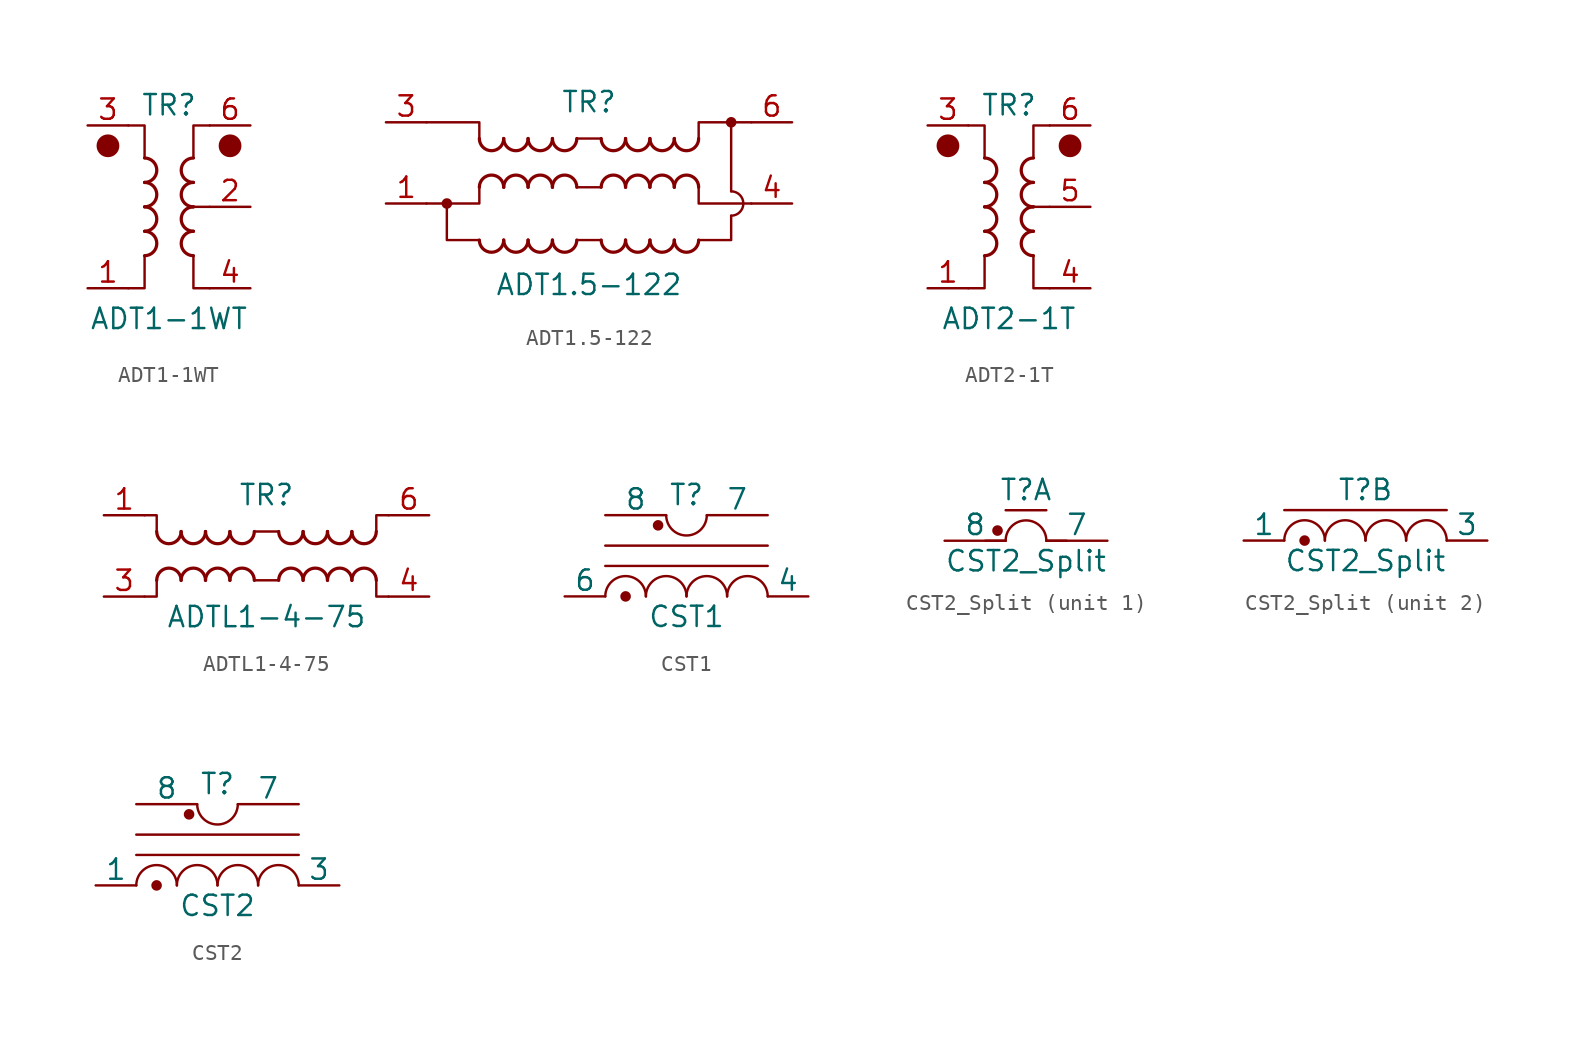
<source format=kicad_sym>
(kicad_symbol_lib
  (version 20231120)
  (generator "kicad_symbol_editor")
  (generator_version "8.0")
  (symbol "ADT1-1WT"
    (pin_names hide)
    (property "Reference" "TR"
      (at 0 6.35 0)
      (effects (font (size 1.27 1.27))))
    (property "Value" "ADT1-1WT"
      (at 0 -6.985 0)
      (effects (font (size 1.27 1.27))))
    (symbol "ADT1-1WT_0_1"
      (circle (center -3.81 3.81) (radius 0.635) (stroke (width 0) (type default)) (fill (type outline)))
      (arc (start -1.524 -3.048) (mid -0.7653 -2.286) (end -1.524 -1.524) (stroke (width 0.2032) (type default)) (fill (type none)))
      (arc (start -1.524 -1.524) (mid -0.7653 -0.762) (end -1.524 0) (stroke (width 0.2032) (type default)) (fill (type none)))
      (arc (start -1.524 0) (mid -0.7653 0.762) (end -1.524 1.524) (stroke (width 0.2032) (type default)) (fill (type none)))
      (arc (start -1.524 1.524) (mid -0.7653 2.286) (end -1.524 3.048) (stroke (width 0.2032) (type default)) (fill (type none)))
      (polyline (pts (xy 2.54 0) (xy 1.27 0)) (stroke (width 0.152) (type default)) (fill (type none)))
      (polyline (pts (xy -2.54 5.08) (xy -1.524 5.08) (xy -1.524 3.048)) (stroke (width 0.152) (type default)) (fill (type none)))
      (polyline (pts (xy -1.524 -3.048) (xy -1.524 -5.08) (xy -2.54 -5.08)) (stroke (width 0.152) (type default)) (fill (type none)))
      (polyline (pts (xy 1.524 3.048) (xy 1.524 5.08) (xy 2.54 5.08)) (stroke (width 0.152) (type default)) (fill (type none)))
      (polyline (pts (xy 2.54 -5.08) (xy 1.524 -5.08) (xy 1.524 -3.048)) (stroke (width 0.152) (type default)) (fill (type none)))
      (arc (start 1.524 -1.524) (mid 0.7653 -2.286) (end 1.524 -3.048) (stroke (width 0.2032) (type default)) (fill (type none)))
      (arc (start 1.524 0) (mid 0.7653 -0.762) (end 1.524 -1.524) (stroke (width 0.2032) (type default)) (fill (type none)))
      (arc (start 1.524 1.524) (mid 0.7653 0.762) (end 1.524 0) (stroke (width 0.2032) (type default)) (fill (type none)))
      (arc (start 1.524 3.048) (mid 0.7653 2.286) (end 1.524 1.524) (stroke (width 0.2032) (type default)) (fill (type none)))
      (circle (center 3.81 3.81) (radius 0.635) (stroke (width 0) (type default)) (fill (type outline))))
    (symbol "ADT1-1WT_1_1"
      (pin passive line (at -5.08 -5.08 0) (length 2.54) (name "~" (effects (font (size 1.27 1.27)))) (number "1" (effects (font (size 1.27 1.27)))))
      (pin passive line (at 5.08 0 180) (length 2.54) (name "~" (effects (font (size 1.27 1.27)))) (number "2" (effects (font (size 1.27 1.27)))))
      (pin passive line (at -5.08 5.08 0) (length 2.54) (name "~" (effects (font (size 1.27 1.27)))) (number "3" (effects (font (size 1.27 1.27)))))
      (pin passive line (at 5.08 -5.08 180) (length 2.54) (name "~" (effects (font (size 1.27 1.27)))) (number "4" (effects (font (size 1.27 1.27)))))
      (pin no_connect line (at -2.54 0 0) (length 2.54) hide (name "~" (effects (font (size 1.27 1.27)))) (number "5" (effects (font (size 1.27 1.27)))))
      (pin passive line (at 5.08 5.08 180) (length 2.54) (name "~" (effects (font (size 1.27 1.27)))) (number "6" (effects (font (size 1.27 1.27)))))))
  (symbol "ADT1.5-122"
    (pin_names hide)
    (property "Reference" "TR"
      (at 0 3.81 0)
      (effects (font (size 1.27 1.27))))
    (property "Value" "ADT1.5-122"
      (at 0 -7.62 0)
      (effects (font (size 1.27 1.27))))
    (symbol "ADT1.5-122_0_1"
      (circle (center -8.89 -2.54) (radius 0.254) (stroke (width 0) (type default)) (fill (type outline)))
      (arc (start -6.858 -4.826) (mid -6.096 -5.5847) (end -5.334 -4.826) (stroke (width 0.2032) (type default)) (fill (type none)))
      (arc (start -6.858 1.524) (mid -6.096 0.7653) (end -5.334 1.524) (stroke (width 0.2032) (type default)) (fill (type none)))
      (arc (start -5.334 -4.826) (mid -4.572 -5.5847) (end -3.81 -4.826) (stroke (width 0.2032) (type default)) (fill (type none)))
      (arc (start -5.334 -1.524) (mid -6.096 -0.7653) (end -6.858 -1.524) (stroke (width 0.2032) (type default)) (fill (type none)))
      (arc (start -5.334 1.524) (mid -4.572 0.7653) (end -3.81 1.524) (stroke (width 0.2032) (type default)) (fill (type none)))
      (arc (start -3.81 -4.826) (mid -3.048 -5.5847) (end -2.286 -4.826) (stroke (width 0.2032) (type default)) (fill (type none)))
      (arc (start -3.81 -1.524) (mid -4.572 -0.7653) (end -5.334 -1.524) (stroke (width 0.2032) (type default)) (fill (type none)))
      (arc (start -3.81 1.524) (mid -3.048 0.7653) (end -2.286 1.524) (stroke (width 0.2032) (type default)) (fill (type none)))
      (arc (start -2.286 -4.826) (mid -1.524 -5.5847) (end -0.762 -4.826) (stroke (width 0.2032) (type default)) (fill (type none)))
      (arc (start -2.286 -1.524) (mid -3.048 -0.7653) (end -3.81 -1.524) (stroke (width 0.2032) (type default)) (fill (type none)))
      (arc (start -2.286 1.524) (mid -1.524 0.7653) (end -0.762 1.524) (stroke (width 0.2032) (type default)) (fill (type none)))
      (arc (start -0.762 -1.524) (mid -1.524 -0.7653) (end -2.286 -1.524) (stroke (width 0.2032) (type default)) (fill (type none)))
      (polyline (pts (xy -0.762 -1.524) (xy 0.762 -1.524)) (stroke (width 0) (type default)) (fill (type none)))
      (polyline (pts (xy -0.762 1.524) (xy 0.762 1.524)) (stroke (width 0) (type default)) (fill (type none)))
      (polyline (pts (xy 0.762 -4.826) (xy -0.762 -4.826)) (stroke (width 0) (type default)) (fill (type none)))
      (polyline (pts (xy 8.89 -1.778) (xy 8.89 2.54)) (stroke (width 0) (type default)) (fill (type none)))
      (polyline (pts (xy -6.858 -4.826) (xy -8.89 -4.826) (xy -8.89 -2.54)) (stroke (width 0) (type default)) (fill (type none)))
      (polyline (pts (xy -6.858 -1.524) (xy -6.858 -2.54) (xy -10.16 -2.54)) (stroke (width 0) (type default)) (fill (type none)))
      (polyline (pts (xy -6.858 1.524) (xy -6.858 2.54) (xy -10.16 2.54)) (stroke (width 0) (type default)) (fill (type none)))
      (polyline (pts (xy 6.858 -4.826) (xy 8.89 -4.826) (xy 8.89 -3.302)) (stroke (width 0) (type default)) (fill (type none)))
      (polyline (pts (xy 6.858 -1.524) (xy 6.858 -2.54) (xy 10.16 -2.54)) (stroke (width 0) (type default)) (fill (type none)))
      (polyline (pts (xy 6.858 1.524) (xy 6.858 2.54) (xy 10.16 2.54)) (stroke (width 0) (type default)) (fill (type none)))
      (arc (start 0.762 -4.826) (mid 1.524 -5.5847) (end 2.286 -4.826) (stroke (width 0.2032) (type default)) (fill (type none)))
      (arc (start 0.762 1.524) (mid 1.524 0.7653) (end 2.286 1.524) (stroke (width 0.2032) (type default)) (fill (type none)))
      (arc (start 2.286 -4.826) (mid 3.048 -5.5847) (end 3.81 -4.826) (stroke (width 0.2032) (type default)) (fill (type none)))
      (arc (start 2.286 -1.524) (mid 1.524 -0.7653) (end 0.762 -1.524) (stroke (width 0.2032) (type default)) (fill (type none)))
      (arc (start 2.286 1.524) (mid 3.048 0.7653) (end 3.81 1.524) (stroke (width 0.2032) (type default)) (fill (type none)))
      (arc (start 3.81 -4.826) (mid 4.572 -5.5847) (end 5.334 -4.826) (stroke (width 0.2032) (type default)) (fill (type none)))
      (arc (start 3.81 -1.524) (mid 3.048 -0.7653) (end 2.286 -1.524) (stroke (width 0.2032) (type default)) (fill (type none)))
      (arc (start 3.81 1.524) (mid 4.572 0.7653) (end 5.334 1.524) (stroke (width 0.2032) (type default)) (fill (type none)))
      (arc (start 5.334 -4.826) (mid 6.096 -5.5847) (end 6.858 -4.826) (stroke (width 0.2032) (type default)) (fill (type none)))
      (arc (start 5.334 -1.524) (mid 4.572 -0.7653) (end 3.81 -1.524) (stroke (width 0.2032) (type default)) (fill (type none)))
      (arc (start 5.334 1.524) (mid 6.096 0.7653) (end 6.858 1.524) (stroke (width 0.2032) (type default)) (fill (type none)))
      (arc (start 6.858 -1.524) (mid 6.096 -0.7653) (end 5.334 -1.524) (stroke (width 0.2032) (type default)) (fill (type none)))
      (arc (start 8.89 -3.302) (mid 9.6487 -2.54) (end 8.89 -1.778) (stroke (width 0) (type default)) (fill (type none)))
      (circle (center 8.89 2.54) (radius 0.254) (stroke (width 0) (type default)) (fill (type outline))))
    (symbol "ADT1.5-122_1_1"
      (pin passive line (at -12.7 -2.54 0) (length 2.54) (name "~" (effects (font (size 1.27 1.27)))) (number "1" (effects (font (size 1.27 1.27)))))
      (pin passive line (at -12.7 -2.54 0) (length 2.54) hide (name "~" (effects (font (size 1.27 1.27)))) (number "2" (effects (font (size 1.27 1.27)))))
      (pin passive line (at -12.7 2.54 0) (length 2.54) (name "~" (effects (font (size 1.27 1.27)))) (number "3" (effects (font (size 1.27 1.27)))))
      (pin passive line (at 12.7 -2.54 180) (length 2.54) (name "~" (effects (font (size 1.27 1.27)))) (number "4" (effects (font (size 1.27 1.27)))))
      (pin passive line (at 12.7 2.54 180) (length 2.54) (name "~" (effects (font (size 1.27 1.27)))) (number "6" (effects (font (size 1.27 1.27)))))))
  (symbol "ADT2-1T"
    (pin_names hide)
    (property "Reference" "TR"
      (at 0 6.35 0)
      (effects (font (size 1.27 1.27))))
    (property "Value" "ADT2-1T"
      (at 0 -6.985 0)
      (effects (font (size 1.27 1.27))))
    (symbol "ADT2-1T_0_1"
      (circle (center -3.81 3.81) (radius 0.635) (stroke (width 0) (type default)) (fill (type outline)))
      (arc (start -1.524 -3.048) (mid -0.7653 -2.286) (end -1.524 -1.524) (stroke (width 0.2032) (type default)) (fill (type none)))
      (arc (start -1.524 -1.524) (mid -0.7653 -0.762) (end -1.524 0) (stroke (width 0.2032) (type default)) (fill (type none)))
      (arc (start -1.524 0) (mid -0.7653 0.762) (end -1.524 1.524) (stroke (width 0.2032) (type default)) (fill (type none)))
      (arc (start -1.524 1.524) (mid -0.7653 2.286) (end -1.524 3.048) (stroke (width 0.2032) (type default)) (fill (type none)))
      (polyline (pts (xy 2.54 0) (xy 1.27 0)) (stroke (width 0.152) (type default)) (fill (type none)))
      (polyline (pts (xy -2.54 5.08) (xy -1.524 5.08) (xy -1.524 3.048)) (stroke (width 0.152) (type default)) (fill (type none)))
      (polyline (pts (xy -1.524 -3.048) (xy -1.524 -5.08) (xy -2.54 -5.08)) (stroke (width 0.152) (type default)) (fill (type none)))
      (polyline (pts (xy 1.524 3.048) (xy 1.524 5.08) (xy 2.54 5.08)) (stroke (width 0.152) (type default)) (fill (type none)))
      (polyline (pts (xy 2.54 -5.08) (xy 1.524 -5.08) (xy 1.524 -3.048)) (stroke (width 0.152) (type default)) (fill (type none)))
      (arc (start 1.524 -1.524) (mid 0.7653 -2.286) (end 1.524 -3.048) (stroke (width 0.2032) (type default)) (fill (type none)))
      (arc (start 1.524 0) (mid 0.7653 -0.762) (end 1.524 -1.524) (stroke (width 0.2032) (type default)) (fill (type none)))
      (arc (start 1.524 1.524) (mid 0.7653 0.762) (end 1.524 0) (stroke (width 0.2032) (type default)) (fill (type none)))
      (arc (start 1.524 3.048) (mid 0.7653 2.286) (end 1.524 1.524) (stroke (width 0.2032) (type default)) (fill (type none)))
      (circle (center 3.81 3.81) (radius 0.635) (stroke (width 0) (type default)) (fill (type outline))))
    (symbol "ADT2-1T_1_1"
      (pin passive line (at -5.08 -5.08 0) (length 2.54) (name "~" (effects (font (size 1.27 1.27)))) (number "1" (effects (font (size 1.27 1.27)))))
      (pin no_connect line (at -2.54 0 0) (length 2.54) hide (name "~" (effects (font (size 1.27 1.27)))) (number "2" (effects (font (size 1.27 1.27)))))
      (pin passive line (at -5.08 5.08 0) (length 2.54) (name "~" (effects (font (size 1.27 1.27)))) (number "3" (effects (font (size 1.27 1.27)))))
      (pin passive line (at 5.08 -5.08 180) (length 2.54) (name "~" (effects (font (size 1.27 1.27)))) (number "4" (effects (font (size 1.27 1.27)))))
      (pin passive line (at 5.08 0 180) (length 2.54) (name "~" (effects (font (size 1.27 1.27)))) (number "5" (effects (font (size 1.27 1.27)))))
      (pin passive line (at 5.08 5.08 180) (length 2.54) (name "~" (effects (font (size 1.27 1.27)))) (number "6" (effects (font (size 1.27 1.27)))))))
  (symbol "ADTL1-4-75"
    (pin_names hide)
    (property "Reference" "TR"
      (at 0 3.81 0)
      (effects (font (size 1.27 1.27))))
    (property "Value" "ADTL1-4-75"
      (at 0 -3.81 0)
      (effects (font (size 1.27 1.27))))
    (symbol "ADTL1-4-75_0_1"
      (arc (start -6.858 1.524) (mid -6.096 0.7653) (end -5.334 1.524) (stroke (width 0.2032) (type default)) (fill (type none)))
      (arc (start -5.334 -1.524) (mid -6.096 -0.7653) (end -6.858 -1.524) (stroke (width 0.2032) (type default)) (fill (type none)))
      (arc (start -5.334 1.524) (mid -4.572 0.7653) (end -3.81 1.524) (stroke (width 0.2032) (type default)) (fill (type none)))
      (arc (start -3.81 -1.524) (mid -4.572 -0.7653) (end -5.334 -1.524) (stroke (width 0.2032) (type default)) (fill (type none)))
      (arc (start -3.81 1.524) (mid -3.048 0.7653) (end -2.286 1.524) (stroke (width 0.2032) (type default)) (fill (type none)))
      (arc (start -2.286 -1.524) (mid -3.048 -0.7653) (end -3.81 -1.524) (stroke (width 0.2032) (type default)) (fill (type none)))
      (arc (start -2.286 1.524) (mid -1.524 0.7653) (end -0.762 1.524) (stroke (width 0.2032) (type default)) (fill (type none)))
      (arc (start -0.762 -1.524) (mid -1.524 -0.7653) (end -2.286 -1.524) (stroke (width 0.2032) (type default)) (fill (type none)))
      (polyline (pts (xy -0.762 -1.524) (xy 0.762 -1.524)) (stroke (width 0) (type default)) (fill (type none)))
      (polyline (pts (xy -0.762 1.524) (xy 0.762 1.524)) (stroke (width 0) (type default)) (fill (type none)))
      (polyline (pts (xy -6.858 -1.524) (xy -6.858 -2.54) (xy -7.62 -2.54)) (stroke (width 0) (type default)) (fill (type none)))
      (polyline (pts (xy -6.858 1.524) (xy -6.858 2.54) (xy -7.62 2.54)) (stroke (width 0) (type default)) (fill (type none)))
      (polyline (pts (xy 6.858 -1.524) (xy 6.858 -2.54) (xy 7.62 -2.54)) (stroke (width 0) (type default)) (fill (type none)))
      (polyline (pts (xy 6.858 1.524) (xy 6.858 2.54) (xy 7.62 2.54)) (stroke (width 0) (type default)) (fill (type none)))
      (arc (start 0.762 1.524) (mid 1.524 0.7653) (end 2.286 1.524) (stroke (width 0.2032) (type default)) (fill (type none)))
      (arc (start 2.286 -1.524) (mid 1.524 -0.7653) (end 0.762 -1.524) (stroke (width 0.2032) (type default)) (fill (type none)))
      (arc (start 2.286 1.524) (mid 3.048 0.7653) (end 3.81 1.524) (stroke (width 0.2032) (type default)) (fill (type none)))
      (arc (start 3.81 -1.524) (mid 3.048 -0.7653) (end 2.286 -1.524) (stroke (width 0.2032) (type default)) (fill (type none)))
      (arc (start 3.81 1.524) (mid 4.572 0.7653) (end 5.334 1.524) (stroke (width 0.2032) (type default)) (fill (type none)))
      (arc (start 5.334 -1.524) (mid 4.572 -0.7653) (end 3.81 -1.524) (stroke (width 0.2032) (type default)) (fill (type none)))
      (arc (start 5.334 1.524) (mid 6.096 0.7653) (end 6.858 1.524) (stroke (width 0.2032) (type default)) (fill (type none)))
      (arc (start 6.858 -1.524) (mid 6.096 -0.7653) (end 5.334 -1.524) (stroke (width 0.2032) (type default)) (fill (type none))))
    (symbol "ADTL1-4-75_1_1"
      (pin passive line (at -10.16 2.54 0) (length 2.54) (name "~" (effects (font (size 1.27 1.27)))) (number "1" (effects (font (size 1.27 1.27)))))
      (pin passive line (at -10.16 -2.54 0) (length 2.54) (name "~" (effects (font (size 1.27 1.27)))) (number "3" (effects (font (size 1.27 1.27)))))
      (pin passive line (at 10.16 -2.54 180) (length 2.54) (name "~" (effects (font (size 1.27 1.27)))) (number "4" (effects (font (size 1.27 1.27)))))
      (pin passive line (at 10.16 2.54 180) (length 2.54) (name "~" (effects (font (size 1.27 1.27)))) (number "6" (effects (font (size 1.27 1.27)))))))
  (symbol "CST1"
    (pin_numbers hide)
    (pin_names
      (offset 0))
    (property "Reference" "T"
      (at 0 6.35 0)
      (effects (font (size 1.27 1.27))))
    (property "Value" "CST1"
      (at 0 -1.27 0)
      (effects (font (size 1.27 1.27))))
    (property "ki_locked" ""
      (at 0 0 0)
      (effects (font (size 1.27 1.27))))
    (symbol "CST1_0_1"
      (circle (center -3.81 0) (radius 0.254) (stroke (width 0) (type default)) (fill (type outline)))
      (arc (start -2.54 0) (mid -3.81 1.2645) (end -5.08 0) (stroke (width 0) (type default)) (fill (type none)))
      (circle (center -1.778 4.445) (radius 0.254) (stroke (width 0) (type default)) (fill (type outline)))
      (arc (start -1.27 5.08) (mid 0 3.8155) (end 1.27 5.08) (stroke (width 0) (type default)) (fill (type none)))
      (arc (start 0 0) (mid -1.27 1.2645) (end -2.54 0) (stroke (width 0) (type default)) (fill (type none)))
      (polyline (pts (xy -5.08 1.905) (xy 5.08 1.905)) (stroke (width 0) (type default)) (fill (type none)))
      (polyline (pts (xy -5.08 3.175) (xy 5.08 3.175)) (stroke (width 0) (type default)) (fill (type none)))
      (arc (start 2.54 0) (mid 1.27 1.2645) (end 0 0) (stroke (width 0) (type default)) (fill (type none)))
      (arc (start 5.08 0) (mid 3.81 1.2645) (end 2.54 0) (stroke (width 0) (type default)) (fill (type none)))
      (pin passive line (at 7.62 0 180) (length 2.54) (name "4" (effects (font (size 1.27 1.27)))) (number "4" (effects (font (size 1.27 1.27)))))
      (pin passive line (at -7.62 0 0) (length 2.54) (name "6" (effects (font (size 1.27 1.27)))) (number "6" (effects (font (size 1.27 1.27)))))
      (pin passive line (at 5.08 5.08 180) (length 3.81) (name "7" (effects (font (size 1.27 1.27)))) (number "7" (effects (font (size 1.27 1.27)))))
      (pin passive line (at -5.08 5.08 0) (length 3.81) (name "8" (effects (font (size 1.27 1.27)))) (number "8" (effects (font (size 1.27 1.27))))))
    (symbol "CST1_1_1"
      (pin no_connect line (at 2.54 0 180) (length 2.54) hide (name "1" (effects (font (size 1.27 1.27)))) (number "1" (effects (font (size 1.27 1.27)))))
      (pin no_connect line (at -2.54 0 0) (length 2.54) hide (name "2" (effects (font (size 1.27 1.27)))) (number "2" (effects (font (size 1.27 1.27)))))
      (pin no_connect line (at 2.54 5.08 180) (length 2.54) hide (name "3" (effects (font (size 1.27 1.27)))) (number "3" (effects (font (size 1.27 1.27)))))
      (pin no_connect line (at -2.54 5.08 0) (length 2.54) hide (name "5" (effects (font (size 1.27 1.27)))) (number "5" (effects (font (size 1.27 1.27)))))))
  (symbol "CST2_Split"
    (pin_numbers hide)
    (pin_names
      (offset 0))
    (property "Reference" "T"
      (at 0 3.175 0)
      (effects (font (size 1.27 1.27))))
    (property "Value" "CST2_Split"
      (at 0 -1.27 0)
      (effects (font (size 1.27 1.27))))
    (property "ki_locked" ""
      (at 0 0 0)
      (effects (font (size 1.27 1.27))))
    (symbol "CST2_Split_1_1"
      (circle (center -1.778 0.635) (radius 0.254) (stroke (width 0) (type default)) (fill (type outline)))
      (polyline (pts (xy -2.54 0) (xy -1.27 0)) (stroke (width 0) (type default)) (fill (type none)))
      (polyline (pts (xy -1.27 1.905) (xy 1.27 1.905)) (stroke (width 0) (type default)) (fill (type none)))
      (polyline (pts (xy 1.27 0) (xy 2.54 0)) (stroke (width 0) (type default)) (fill (type none)))
      (arc (start 1.27 0) (mid 0 1.2645) (end -1.27 0) (stroke (width 0) (type default)) (fill (type none)))
      (pin no_connect line (at -2.54 0 0) (length 2.54) hide (name "5" (effects (font (size 1.27 1.27)))) (number "5" (effects (font (size 1.27 1.27)))))
      (pin no_connect line (at 2.54 0 180) (length 2.54) hide (name "6" (effects (font (size 1.27 1.27)))) (number "6" (effects (font (size 1.27 1.27)))))
      (pin passive line (at 5.08 0 180) (length 3.81) (name "7" (effects (font (size 1.27 1.27)))) (number "7" (effects (font (size 1.27 1.27)))))
      (pin passive line (at -5.08 0 0) (length 3.81) (name "8" (effects (font (size 1.27 1.27)))) (number "8" (effects (font (size 1.27 1.27))))))
    (symbol "CST2_Split_2_1"
      (circle (center -3.81 0) (radius 0.254) (stroke (width 0) (type default)) (fill (type outline)))
      (arc (start -2.54 0) (mid -3.81 1.2645) (end -5.08 0) (stroke (width 0) (type default)) (fill (type none)))
      (arc (start 0 0) (mid -1.27 1.2645) (end -2.54 0) (stroke (width 0) (type default)) (fill (type none)))
      (polyline (pts (xy -5.08 1.905) (xy 5.08 1.905)) (stroke (width 0) (type default)) (fill (type none)))
      (arc (start 2.54 0) (mid 1.27 1.2645) (end 0 0) (stroke (width 0) (type default)) (fill (type none)))
      (arc (start 5.08 0) (mid 3.81 1.2645) (end 2.54 0) (stroke (width 0) (type default)) (fill (type none)))
      (pin passive line (at -7.62 0 0) (length 2.54) (name "1" (effects (font (size 1.27 1.27)))) (number "1" (effects (font (size 1.27 1.27)))))
      (pin no_connect line (at -2.54 0 0) (length 2.54) hide (name "2" (effects (font (size 1.27 1.27)))) (number "2" (effects (font (size 1.27 1.27)))))
      (pin passive line (at 7.62 0 180) (length 2.54) (name "3" (effects (font (size 1.27 1.27)))) (number "3" (effects (font (size 1.27 1.27)))))
      (pin no_connect line (at 2.54 0 180) (length 2.54) hide (name "4" (effects (font (size 1.27 1.27)))) (number "4" (effects (font (size 1.27 1.27)))))))
  (symbol "CST2"
    (pin_numbers hide)
    (pin_names
      (offset 0))
    (property "Reference" "T"
      (at 0 6.35 0)
      (effects (font (size 1.27 1.27))))
    (property "Value" "CST2"
      (at 0 -1.27 0)
      (effects (font (size 1.27 1.27))))
    (property "ki_locked" ""
      (at 0 0 0)
      (effects (font (size 1.27 1.27))))
    (symbol "CST2_0_1"
      (circle (center -3.81 0) (radius 0.254) (stroke (width 0) (type default)) (fill (type outline)))
      (arc (start -2.54 0) (mid -3.81 1.2645) (end -5.08 0) (stroke (width 0) (type default)) (fill (type none)))
      (circle (center -1.778 4.445) (radius 0.254) (stroke (width 0) (type default)) (fill (type outline)))
      (arc (start -1.27 5.08) (mid 0 3.8155) (end 1.27 5.08) (stroke (width 0) (type default)) (fill (type none)))
      (arc (start 0 0) (mid -1.27 1.2645) (end -2.54 0) (stroke (width 0) (type default)) (fill (type none)))
      (polyline (pts (xy -5.08 1.905) (xy 5.08 1.905)) (stroke (width 0) (type default)) (fill (type none)))
      (polyline (pts (xy -5.08 3.175) (xy 5.08 3.175)) (stroke (width 0) (type default)) (fill (type none)))
      (arc (start 2.54 0) (mid 1.27 1.2645) (end 0 0) (stroke (width 0) (type default)) (fill (type none)))
      (arc (start 5.08 0) (mid 3.81 1.2645) (end 2.54 0) (stroke (width 0) (type default)) (fill (type none)))
      (pin passive line (at -7.62 0 0) (length 2.54) (name "1" (effects (font (size 1.27 1.27)))) (number "1" (effects (font (size 1.27 1.27)))))
      (pin passive line (at 7.62 0 180) (length 2.54) (name "3" (effects (font (size 1.27 1.27)))) (number "3" (effects (font (size 1.27 1.27)))))
      (pin passive line (at 5.08 5.08 180) (length 3.81) (name "7" (effects (font (size 1.27 1.27)))) (number "7" (effects (font (size 1.27 1.27)))))
      (pin passive line (at -5.08 5.08 0) (length 3.81) (name "8" (effects (font (size 1.27 1.27)))) (number "8" (effects (font (size 1.27 1.27))))))
    (symbol "CST2_1_1"
      (pin no_connect line (at -2.54 0 0) (length 2.54) hide (name "2" (effects (font (size 1.27 1.27)))) (number "2" (effects (font (size 1.27 1.27)))))
      (pin no_connect line (at 2.54 0 180) (length 2.54) hide (name "4" (effects (font (size 1.27 1.27)))) (number "4" (effects (font (size 1.27 1.27)))))
      (pin no_connect line (at -2.54 5.08 0) (length 2.54) hide (name "5" (effects (font (size 1.27 1.27)))) (number "5" (effects (font (size 1.27 1.27)))))
      (pin no_connect line (at 2.54 5.08 180) (length 2.54) hide (name "6" (effects (font (size 1.27 1.27)))) (number "6" (effects (font (size 1.27 1.27))))))))
</source>
